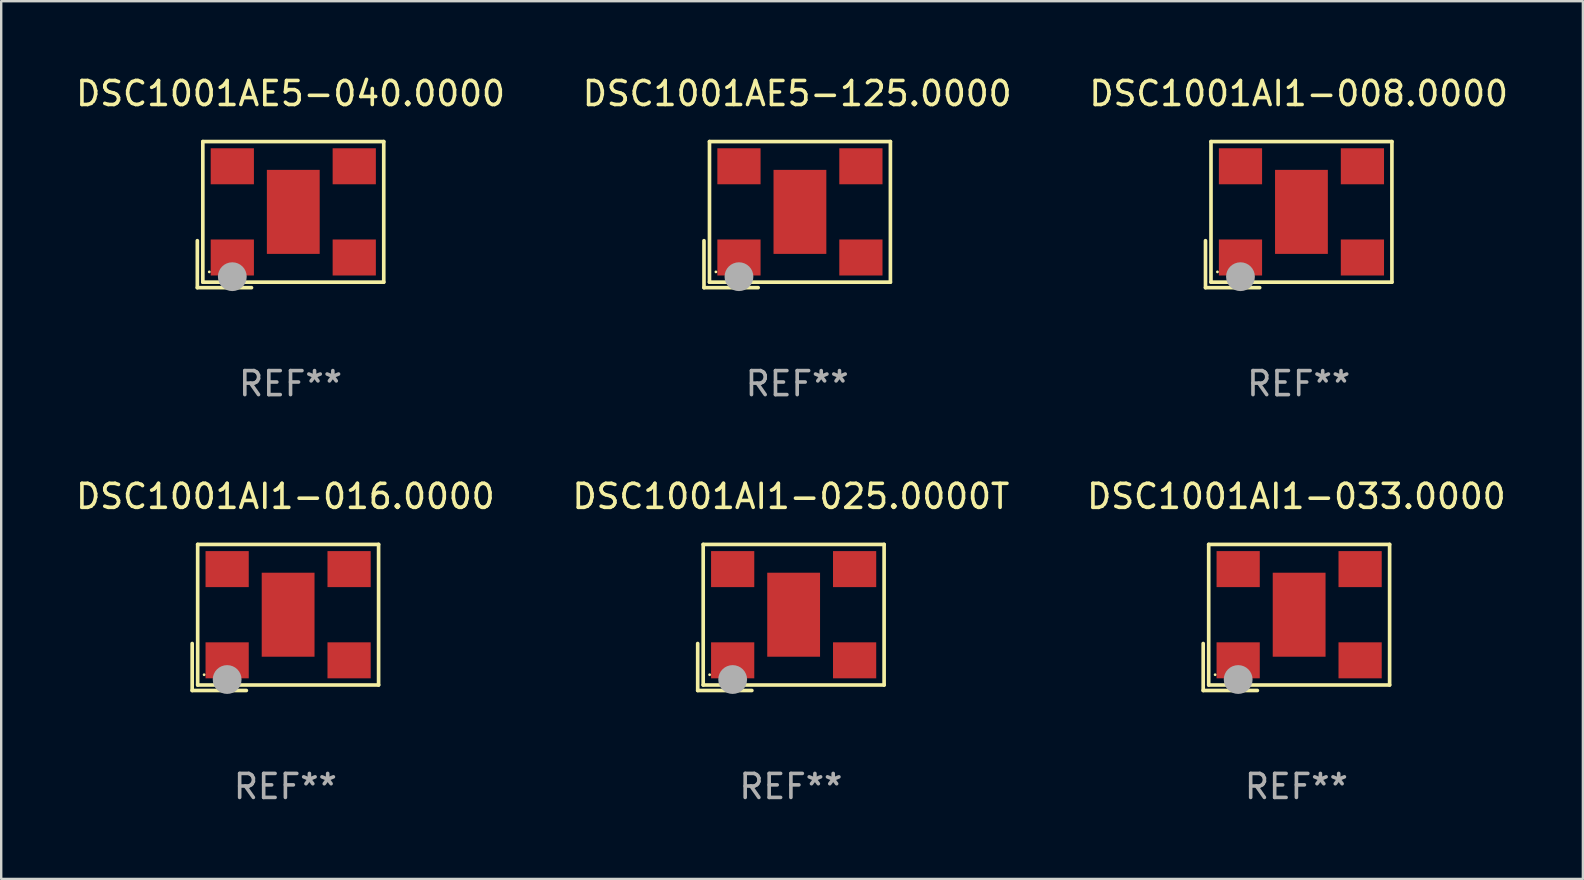
<source format=kicad_pcb>
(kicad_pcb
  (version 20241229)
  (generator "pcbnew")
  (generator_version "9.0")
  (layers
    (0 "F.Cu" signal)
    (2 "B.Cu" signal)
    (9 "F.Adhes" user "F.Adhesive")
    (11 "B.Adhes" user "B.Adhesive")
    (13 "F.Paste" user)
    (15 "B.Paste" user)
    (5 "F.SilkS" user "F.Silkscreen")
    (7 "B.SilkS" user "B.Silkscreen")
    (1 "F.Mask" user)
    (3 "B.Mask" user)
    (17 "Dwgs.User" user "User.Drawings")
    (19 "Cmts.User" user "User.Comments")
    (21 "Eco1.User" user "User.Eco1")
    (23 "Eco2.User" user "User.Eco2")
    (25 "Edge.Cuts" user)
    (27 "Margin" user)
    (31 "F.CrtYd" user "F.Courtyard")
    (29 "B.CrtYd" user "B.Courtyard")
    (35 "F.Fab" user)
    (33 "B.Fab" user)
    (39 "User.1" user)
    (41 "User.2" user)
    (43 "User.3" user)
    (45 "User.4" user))
  (footprint "DSC1001AI1-033.0000"
    (layer "F.Cu")
    (at 50.958 22.673)
    (property "Reference" "DSC1001AI1-033.0000" (at 0 -5.043 0) (layer "F.SilkS") (effects (font (size 1 1) (thickness 0.15))))
    (attr through_hole)
    (fp_line (start -3.883 1.086) (end -3.883 3.043) (stroke (width 0.152) (type solid)) (layer "F.SilkS"))
    (fp_line (start -3.883 3.043) (end -1.626 3.043) (stroke (width 0.152) (type solid)) (layer "F.SilkS"))
    (fp_line (start -3.654 -3.043) (end 3.883 -3.043) (stroke (width 0.152) (type solid)) (layer "F.SilkS"))
    (fp_line (start -3.654 2.814) (end -3.654 -3.043) (stroke (width 0.152) (type solid)) (layer "F.SilkS"))
    (fp_line (start 3.883 -3.043) (end 3.883 2.814) (stroke (width 0.152) (type solid)) (layer "F.SilkS"))
    (fp_line (start 3.883 2.814) (end -3.654 2.814) (stroke (width 0.152) (type solid)) (layer "F.SilkS"))
    (fp_circle (center -3.386 2.386) (end -3.356 2.386) (stroke (width 0.06) (type solid)) (fill no) (layer "F.SilkS"))
    (fp_circle (center -2.426 2.586) (end -2.126 2.586) (stroke (width 0.6) (type solid)) (fill no) (layer "F.Fab"))
    (fp_text user "REF**" (at 0 7.043 0) (layer "F.Fab") (effects (font (size 1 1) (thickness 0.15))))
    (pad "1" smd rect (at -2.426 1.786) (size 1.8 1.5) (layers "F.Cu" "F.Mask" "F.Paste"))
    (pad "2" smd rect (at 2.654 1.786) (size 1.8 1.5) (layers "F.Cu" "F.Mask" "F.Paste"))
    (pad "3" smd rect (at 2.654 -2.014) (size 1.8 1.5) (layers "F.Cu" "F.Mask" "F.Paste"))
    (pad "4" smd rect (at -2.426 -2.014) (size 1.8 1.5) (layers "F.Cu" "F.Mask" "F.Paste"))
    (pad "5" smd rect (at 0.114 -0.114) (size 2.2 3.5) (layers "F.Cu" "F.Mask" "F.Paste")))
  (footprint "DSC1001AI1-025.0000T"
    (layer "F.Cu")
    (at 29.899 22.673)
    (property "Reference" "DSC1001AI1-025.0000T" (at 0 -5.043 0) (layer "F.SilkS") (effects (font (size 1 1) (thickness 0.15))))
    (attr through_hole)
    (fp_line (start -3.883 1.086) (end -3.883 3.043) (stroke (width 0.152) (type solid)) (layer "F.SilkS"))
    (fp_line (start -3.883 3.043) (end -1.626 3.043) (stroke (width 0.152) (type solid)) (layer "F.SilkS"))
    (fp_line (start -3.654 -3.043) (end 3.883 -3.043) (stroke (width 0.152) (type solid)) (layer "F.SilkS"))
    (fp_line (start -3.654 2.814) (end -3.654 -3.043) (stroke (width 0.152) (type solid)) (layer "F.SilkS"))
    (fp_line (start 3.883 -3.043) (end 3.883 2.814) (stroke (width 0.152) (type solid)) (layer "F.SilkS"))
    (fp_line (start 3.883 2.814) (end -3.654 2.814) (stroke (width 0.152) (type solid)) (layer "F.SilkS"))
    (fp_circle (center -3.386 2.386) (end -3.356 2.386) (stroke (width 0.06) (type solid)) (fill no) (layer "F.SilkS"))
    (fp_circle (center -2.426 2.586) (end -2.126 2.586) (stroke (width 0.6) (type solid)) (fill no) (layer "F.Fab"))
    (fp_text user "REF**" (at 0 7.043 0) (layer "F.Fab") (effects (font (size 1 1) (thickness 0.15))))
    (pad "1" smd rect (at -2.426 1.786) (size 1.8 1.5) (layers "F.Cu" "F.Mask" "F.Paste"))
    (pad "2" smd rect (at 2.654 1.786) (size 1.8 1.5) (layers "F.Cu" "F.Mask" "F.Paste"))
    (pad "3" smd rect (at 2.654 -2.014) (size 1.8 1.5) (layers "F.Cu" "F.Mask" "F.Paste"))
    (pad "4" smd rect (at -2.426 -2.014) (size 1.8 1.5) (layers "F.Cu" "F.Mask" "F.Paste"))
    (pad "5" smd rect (at 0.114 -0.114) (size 2.2 3.5) (layers "F.Cu" "F.Mask" "F.Paste")))
  (footprint "DSC1001AI1-008.0000"
    (layer "F.Cu")
    (at 51.054 5.891)
    (property "Reference" "DSC1001AI1-008.0000" (at 0 -5.043 0) (layer "F.SilkS") (effects (font (size 1 1) (thickness 0.15))))
    (attr through_hole)
    (fp_line (start -3.883 1.086) (end -3.883 3.043) (stroke (width 0.152) (type solid)) (layer "F.SilkS"))
    (fp_line (start -3.883 3.043) (end -1.626 3.043) (stroke (width 0.152) (type solid)) (layer "F.SilkS"))
    (fp_line (start -3.654 -3.043) (end 3.883 -3.043) (stroke (width 0.152) (type solid)) (layer "F.SilkS"))
    (fp_line (start -3.654 2.814) (end -3.654 -3.043) (stroke (width 0.152) (type solid)) (layer "F.SilkS"))
    (fp_line (start 3.883 -3.043) (end 3.883 2.814) (stroke (width 0.152) (type solid)) (layer "F.SilkS"))
    (fp_line (start 3.883 2.814) (end -3.654 2.814) (stroke (width 0.152) (type solid)) (layer "F.SilkS"))
    (fp_circle (center -3.386 2.386) (end -3.356 2.386) (stroke (width 0.06) (type solid)) (fill no) (layer "F.SilkS"))
    (fp_circle (center -2.426 2.586) (end -2.126 2.586) (stroke (width 0.6) (type solid)) (fill no) (layer "F.Fab"))
    (fp_text user "REF**" (at 0 7.043 0) (layer "F.Fab") (effects (font (size 1 1) (thickness 0.15))))
    (pad "1" smd rect (at -2.426 1.786) (size 1.8 1.5) (layers "F.Cu" "F.Mask" "F.Paste"))
    (pad "2" smd rect (at 2.654 1.786) (size 1.8 1.5) (layers "F.Cu" "F.Mask" "F.Paste"))
    (pad "3" smd rect (at 2.654 -2.014) (size 1.8 1.5) (layers "F.Cu" "F.Mask" "F.Paste"))
    (pad "4" smd rect (at -2.426 -2.014) (size 1.8 1.5) (layers "F.Cu" "F.Mask" "F.Paste"))
    (pad "5" smd rect (at 0.114 -0.114) (size 2.2 3.5) (layers "F.Cu" "F.Mask" "F.Paste")))
  (footprint "DSC1001AI1-016.0000"
    (layer "F.Cu")
    (at 8.839 22.673)
    (property "Reference" "DSC1001AI1-016.0000" (at 0 -5.043 0) (layer "F.SilkS") (effects (font (size 1 1) (thickness 0.15))))
    (attr through_hole)
    (fp_line (start -3.883 1.086) (end -3.883 3.043) (stroke (width 0.152) (type solid)) (layer "F.SilkS"))
    (fp_line (start -3.883 3.043) (end -1.626 3.043) (stroke (width 0.152) (type solid)) (layer "F.SilkS"))
    (fp_line (start -3.654 -3.043) (end 3.883 -3.043) (stroke (width 0.152) (type solid)) (layer "F.SilkS"))
    (fp_line (start -3.654 2.814) (end -3.654 -3.043) (stroke (width 0.152) (type solid)) (layer "F.SilkS"))
    (fp_line (start 3.883 -3.043) (end 3.883 2.814) (stroke (width 0.152) (type solid)) (layer "F.SilkS"))
    (fp_line (start 3.883 2.814) (end -3.654 2.814) (stroke (width 0.152) (type solid)) (layer "F.SilkS"))
    (fp_circle (center -3.386 2.386) (end -3.356 2.386) (stroke (width 0.06) (type solid)) (fill no) (layer "F.SilkS"))
    (fp_circle (center -2.426 2.586) (end -2.126 2.586) (stroke (width 0.6) (type solid)) (fill no) (layer "F.Fab"))
    (fp_text user "REF**" (at 0 7.043 0) (layer "F.Fab") (effects (font (size 1 1) (thickness 0.15))))
    (pad "1" smd rect (at -2.426 1.786) (size 1.8 1.5) (layers "F.Cu" "F.Mask" "F.Paste"))
    (pad "2" smd rect (at 2.654 1.786) (size 1.8 1.5) (layers "F.Cu" "F.Mask" "F.Paste"))
    (pad "3" smd rect (at 2.654 -2.014) (size 1.8 1.5) (layers "F.Cu" "F.Mask" "F.Paste"))
    (pad "4" smd rect (at -2.426 -2.014) (size 1.8 1.5) (layers "F.Cu" "F.Mask" "F.Paste"))
    (pad "5" smd rect (at 0.114 -0.114) (size 2.2 3.5) (layers "F.Cu" "F.Mask" "F.Paste")))
  (footprint "DSC1001AE5-125.0000"
    (layer "F.Cu")
    (at 30.161 5.891)
    (property "Reference" "DSC1001AE5-125.0000" (at 0 -5.043 0) (layer "F.SilkS") (effects (font (size 1 1) (thickness 0.15))))
    (attr through_hole)
    (fp_line (start -3.883 1.086) (end -3.883 3.043) (stroke (width 0.152) (type solid)) (layer "F.SilkS"))
    (fp_line (start -3.883 3.043) (end -1.626 3.043) (stroke (width 0.152) (type solid)) (layer "F.SilkS"))
    (fp_line (start -3.654 -3.043) (end 3.883 -3.043) (stroke (width 0.152) (type solid)) (layer "F.SilkS"))
    (fp_line (start -3.654 2.814) (end -3.654 -3.043) (stroke (width 0.152) (type solid)) (layer "F.SilkS"))
    (fp_line (start 3.883 -3.043) (end 3.883 2.814) (stroke (width 0.152) (type solid)) (layer "F.SilkS"))
    (fp_line (start 3.883 2.814) (end -3.654 2.814) (stroke (width 0.152) (type solid)) (layer "F.SilkS"))
    (fp_circle (center -3.386 2.386) (end -3.356 2.386) (stroke (width 0.06) (type solid)) (fill no) (layer "F.SilkS"))
    (fp_circle (center -2.426 2.586) (end -2.126 2.586) (stroke (width 0.6) (type solid)) (fill no) (layer "F.Fab"))
    (fp_text user "REF**" (at 0 7.043 0) (layer "F.Fab") (effects (font (size 1 1) (thickness 0.15))))
    (pad "1" smd rect (at -2.426 1.786) (size 1.8 1.5) (layers "F.Cu" "F.Mask" "F.Paste"))
    (pad "2" smd rect (at 2.654 1.786) (size 1.8 1.5) (layers "F.Cu" "F.Mask" "F.Paste"))
    (pad "3" smd rect (at 2.654 -2.014) (size 1.8 1.5) (layers "F.Cu" "F.Mask" "F.Paste"))
    (pad "4" smd rect (at -2.426 -2.014) (size 1.8 1.5) (layers "F.Cu" "F.Mask" "F.Paste"))
    (pad "5" smd rect (at 0.114 -0.114) (size 2.2 3.5) (layers "F.Cu" "F.Mask" "F.Paste")))
  (footprint "DSC1001AE5-040.0000"
    (layer "F.Cu")
    (at 9.054 5.891)
    (property "Reference" "DSC1001AE5-040.0000" (at 0 -5.043 0) (layer "F.SilkS") (effects (font (size 1 1) (thickness 0.15))))
    (attr through_hole)
    (fp_line (start -3.883 1.086) (end -3.883 3.043) (stroke (width 0.152) (type solid)) (layer "F.SilkS"))
    (fp_line (start -3.883 3.043) (end -1.626 3.043) (stroke (width 0.152) (type solid)) (layer "F.SilkS"))
    (fp_line (start -3.654 -3.043) (end 3.883 -3.043) (stroke (width 0.152) (type solid)) (layer "F.SilkS"))
    (fp_line (start -3.654 2.814) (end -3.654 -3.043) (stroke (width 0.152) (type solid)) (layer "F.SilkS"))
    (fp_line (start 3.883 -3.043) (end 3.883 2.814) (stroke (width 0.152) (type solid)) (layer "F.SilkS"))
    (fp_line (start 3.883 2.814) (end -3.654 2.814) (stroke (width 0.152) (type solid)) (layer "F.SilkS"))
    (fp_circle (center -3.386 2.386) (end -3.356 2.386) (stroke (width 0.06) (type solid)) (fill no) (layer "F.SilkS"))
    (fp_circle (center -2.426 2.586) (end -2.126 2.586) (stroke (width 0.6) (type solid)) (fill no) (layer "F.Fab"))
    (fp_text user "REF**" (at 0 7.043 0) (layer "F.Fab") (effects (font (size 1 1) (thickness 0.15))))
    (pad "1" smd rect (at -2.426 1.786) (size 1.8 1.5) (layers "F.Cu" "F.Mask" "F.Paste"))
    (pad "2" smd rect (at 2.654 1.786) (size 1.8 1.5) (layers "F.Cu" "F.Mask" "F.Paste"))
    (pad "3" smd rect (at 2.654 -2.014) (size 1.8 1.5) (layers "F.Cu" "F.Mask" "F.Paste"))
    (pad "4" smd rect (at -2.426 -2.014) (size 1.8 1.5) (layers "F.Cu" "F.Mask" "F.Paste"))
    (pad "5" smd rect (at 0.114 -0.114) (size 2.2 3.5) (layers "F.Cu" "F.Mask" "F.Paste")))
  (gr_rect
    (start -3 -3)
    (end 62.893 33.565)
    (stroke (width 0.1) (type default))
    (fill no)
    (layer "Edge.Cuts")))
</source>
